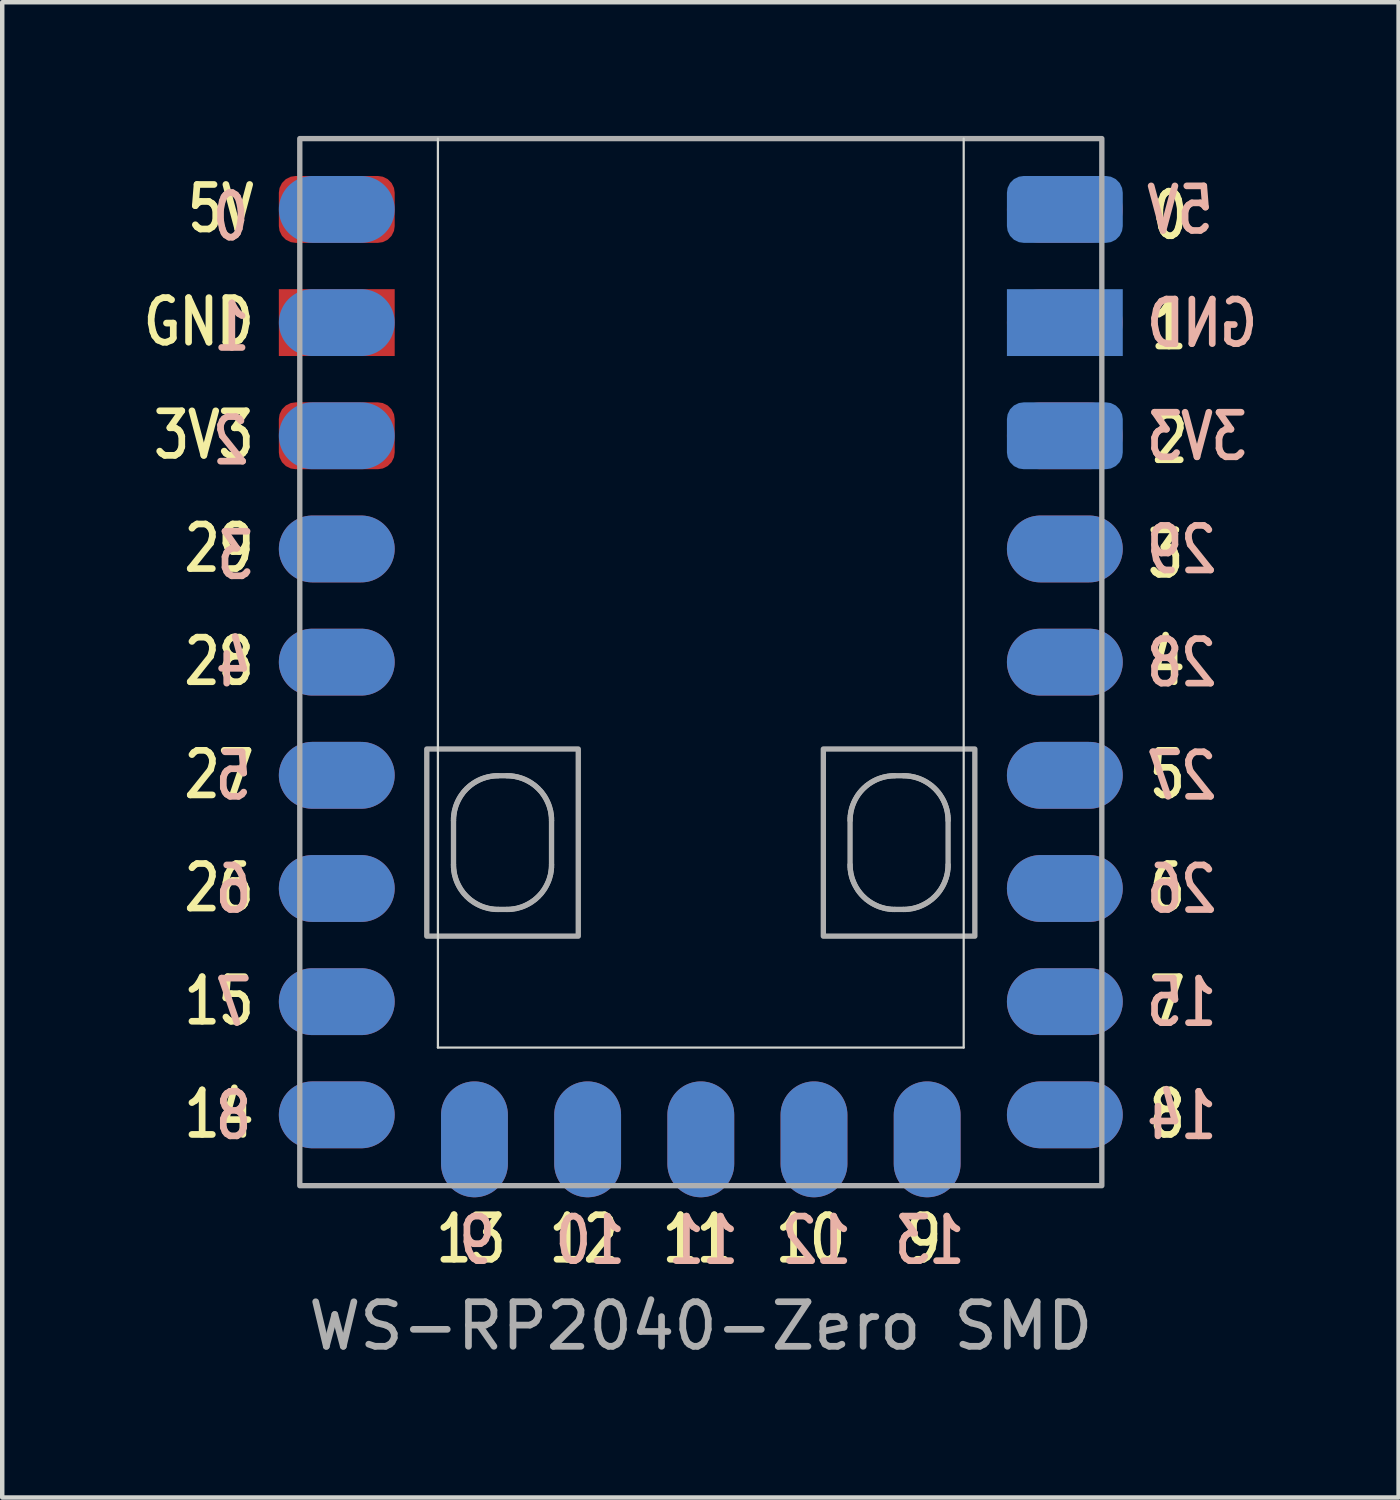
<source format=kicad_pcb>
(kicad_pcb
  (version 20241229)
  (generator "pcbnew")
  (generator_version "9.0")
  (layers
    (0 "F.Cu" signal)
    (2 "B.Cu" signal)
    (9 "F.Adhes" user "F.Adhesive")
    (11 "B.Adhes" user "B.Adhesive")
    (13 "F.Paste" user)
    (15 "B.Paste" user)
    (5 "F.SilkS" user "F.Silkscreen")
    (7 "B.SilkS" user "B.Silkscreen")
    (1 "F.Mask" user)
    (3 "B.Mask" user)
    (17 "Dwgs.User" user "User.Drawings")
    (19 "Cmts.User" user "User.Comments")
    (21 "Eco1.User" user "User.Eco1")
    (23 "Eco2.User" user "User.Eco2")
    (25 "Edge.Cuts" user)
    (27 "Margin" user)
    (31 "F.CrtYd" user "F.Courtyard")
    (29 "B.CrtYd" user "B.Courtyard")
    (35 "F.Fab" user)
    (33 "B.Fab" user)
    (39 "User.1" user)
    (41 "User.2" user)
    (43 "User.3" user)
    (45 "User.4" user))
  (footprint "WS-RP2040-Zero SMD"
    (layer "F.Cu")
    (at 12.678 11.81)
    (property "Reference" "WS-RP2040-Zero SMD" (at 0 14.9 180) (layer "F.Fab") (effects (font (size 1 1) (thickness 0.15))))
    (attr through_hole exclude_from_pos_files)
    (fp_line (start -5.9 -11.75) (end -5.9 8.65) (stroke (width 0.05) (type default)) (layer "Edge.Cuts"))
    (fp_line (start -5.9 8.65) (end 5.9 8.65) (stroke (width 0.05) (type default)) (layer "Edge.Cuts"))
    (fp_line (start 5.9 8.65) (end 5.9 -11.75) (stroke (width 0.05) (type default)) (layer "Edge.Cuts"))
    (fp_line (start -5.55 4.55) (end -5.55 3.55) (stroke (width 0.12) (type solid)) (layer "F.Fab"))
    (fp_line (start -5.55 3.55) (end -5.549 3.499) (stroke (width 0.12) (type solid)) (layer "F.Fab"))
    (fp_line (start -5.549 3.499) (end -5.545 3.448) (stroke (width 0.12) (type solid)) (layer "F.Fab"))
    (fp_line (start -5.549 4.601) (end -5.55 4.55) (stroke (width 0.12) (type solid)) (layer "F.Fab"))
    (fp_line (start -5.545 3.448) (end -5.538 3.398) (stroke (width 0.12) (type solid)) (layer "F.Fab"))
    (fp_line (start -5.545 4.652) (end -5.549 4.601) (stroke (width 0.12) (type solid)) (layer "F.Fab"))
    (fp_line (start -5.538 3.398) (end -5.53 3.349) (stroke (width 0.12) (type solid)) (layer "F.Fab"))
    (fp_line (start -5.538 4.702) (end -5.545 4.652) (stroke (width 0.12) (type solid)) (layer "F.Fab"))
    (fp_line (start -5.53 3.349) (end -5.518 3.3) (stroke (width 0.12) (type solid)) (layer "F.Fab"))
    (fp_line (start -5.53 4.751) (end -5.538 4.702) (stroke (width 0.12) (type solid)) (layer "F.Fab"))
    (fp_line (start -5.518 3.3) (end -5.505 3.253) (stroke (width 0.12) (type solid)) (layer "F.Fab"))
    (fp_line (start -5.518 4.8) (end -5.53 4.751) (stroke (width 0.12) (type solid)) (layer "F.Fab"))
    (fp_line (start -5.505 3.253) (end -5.489 3.206) (stroke (width 0.12) (type solid)) (layer "F.Fab"))
    (fp_line (start -5.505 4.847) (end -5.518 4.8) (stroke (width 0.12) (type solid)) (layer "F.Fab"))
    (fp_line (start -5.489 3.206) (end -5.471 3.161) (stroke (width 0.12) (type solid)) (layer "F.Fab"))
    (fp_line (start -5.489 4.894) (end -5.505 4.847) (stroke (width 0.12) (type solid)) (layer "F.Fab"))
    (fp_line (start -5.471 3.161) (end -5.451 3.117) (stroke (width 0.12) (type solid)) (layer "F.Fab"))
    (fp_line (start -5.471 4.939) (end -5.489 4.894) (stroke (width 0.12) (type solid)) (layer "F.Fab"))
    (fp_line (start -5.451 3.117) (end -5.429 3.074) (stroke (width 0.12) (type solid)) (layer "F.Fab"))
    (fp_line (start -5.451 4.983) (end -5.471 4.939) (stroke (width 0.12) (type solid)) (layer "F.Fab"))
    (fp_line (start -5.429 3.074) (end -5.405 3.032) (stroke (width 0.12) (type solid)) (layer "F.Fab"))
    (fp_line (start -5.429 5.026) (end -5.451 4.983) (stroke (width 0.12) (type solid)) (layer "F.Fab"))
    (fp_line (start -5.405 3.032) (end -5.379 2.991) (stroke (width 0.12) (type solid)) (layer "F.Fab"))
    (fp_line (start -5.405 5.068) (end -5.429 5.026) (stroke (width 0.12) (type solid)) (layer "F.Fab"))
    (fp_line (start -5.379 2.991) (end -5.351 2.952) (stroke (width 0.12) (type solid)) (layer "F.Fab"))
    (fp_line (start -5.379 5.109) (end -5.405 5.068) (stroke (width 0.12) (type solid)) (layer "F.Fab"))
    (fp_line (start -5.351 2.952) (end -5.322 2.914) (stroke (width 0.12) (type solid)) (layer "F.Fab"))
    (fp_line (start -5.351 5.148) (end -5.379 5.109) (stroke (width 0.12) (type solid)) (layer "F.Fab"))
    (fp_line (start -5.322 2.914) (end -5.29 2.878) (stroke (width 0.12) (type solid)) (layer "F.Fab"))
    (fp_line (start -5.322 5.186) (end -5.351 5.148) (stroke (width 0.12) (type solid)) (layer "F.Fab"))
    (fp_line (start -5.29 2.878) (end -5.257 2.843) (stroke (width 0.12) (type solid)) (layer "F.Fab"))
    (fp_line (start -5.29 5.222) (end -5.322 5.186) (stroke (width 0.12) (type solid)) (layer "F.Fab"))
    (fp_line (start -5.257 2.843) (end -5.222 2.81) (stroke (width 0.12) (type solid)) (layer "F.Fab"))
    (fp_line (start -5.257 5.257) (end -5.29 5.222) (stroke (width 0.12) (type solid)) (layer "F.Fab"))
    (fp_line (start -5.222 2.81) (end -5.186 2.778) (stroke (width 0.12) (type solid)) (layer "F.Fab"))
    (fp_line (start -5.222 5.29) (end -5.257 5.257) (stroke (width 0.12) (type solid)) (layer "F.Fab"))
    (fp_line (start -5.186 2.778) (end -5.148 2.749) (stroke (width 0.12) (type solid)) (layer "F.Fab"))
    (fp_line (start -5.186 5.322) (end -5.222 5.29) (stroke (width 0.12) (type solid)) (layer "F.Fab"))
    (fp_line (start -5.148 2.749) (end -5.109 2.721) (stroke (width 0.12) (type solid)) (layer "F.Fab"))
    (fp_line (start -5.148 5.351) (end -5.186 5.322) (stroke (width 0.12) (type solid)) (layer "F.Fab"))
    (fp_line (start -5.109 2.721) (end -5.068 2.695) (stroke (width 0.12) (type solid)) (layer "F.Fab"))
    (fp_line (start -5.109 5.379) (end -5.148 5.351) (stroke (width 0.12) (type solid)) (layer "F.Fab"))
    (fp_line (start -5.068 2.695) (end -5.026 2.671) (stroke (width 0.12) (type solid)) (layer "F.Fab"))
    (fp_line (start -5.068 5.405) (end -5.109 5.379) (stroke (width 0.12) (type solid)) (layer "F.Fab"))
    (fp_line (start -5.026 2.671) (end -4.983 2.649) (stroke (width 0.12) (type solid)) (layer "F.Fab"))
    (fp_line (start -5.026 5.429) (end -5.068 5.405) (stroke (width 0.12) (type solid)) (layer "F.Fab"))
    (fp_line (start -4.983 2.649) (end -4.939 2.629) (stroke (width 0.12) (type solid)) (layer "F.Fab"))
    (fp_line (start -4.983 5.451) (end -5.026 5.429) (stroke (width 0.12) (type solid)) (layer "F.Fab"))
    (fp_line (start -4.939 2.629) (end -4.894 2.611) (stroke (width 0.12) (type solid)) (layer "F.Fab"))
    (fp_line (start -4.939 5.471) (end -4.983 5.451) (stroke (width 0.12) (type solid)) (layer "F.Fab"))
    (fp_line (start -4.894 2.611) (end -4.847 2.595) (stroke (width 0.12) (type solid)) (layer "F.Fab"))
    (fp_line (start -4.894 5.489) (end -4.939 5.471) (stroke (width 0.12) (type solid)) (layer "F.Fab"))
    (fp_line (start -4.847 2.595) (end -4.8 2.582) (stroke (width 0.12) (type solid)) (layer "F.Fab"))
    (fp_line (start -4.847 5.505) (end -4.894 5.489) (stroke (width 0.12) (type solid)) (layer "F.Fab"))
    (fp_line (start -4.8 2.582) (end -4.751 2.57) (stroke (width 0.12) (type solid)) (layer "F.Fab"))
    (fp_line (start -4.8 5.518) (end -4.847 5.505) (stroke (width 0.12) (type solid)) (layer "F.Fab"))
    (fp_line (start -4.751 2.57) (end -4.702 2.562) (stroke (width 0.12) (type solid)) (layer "F.Fab"))
    (fp_line (start -4.751 5.53) (end -4.8 5.518) (stroke (width 0.12) (type solid)) (layer "F.Fab"))
    (fp_line (start -4.702 2.562) (end -4.652 2.555) (stroke (width 0.12) (type solid)) (layer "F.Fab"))
    (fp_line (start -4.702 5.538) (end -4.751 5.53) (stroke (width 0.12) (type solid)) (layer "F.Fab"))
    (fp_line (start -4.652 2.555) (end -4.601 2.551) (stroke (width 0.12) (type solid)) (layer "F.Fab"))
    (fp_line (start -4.652 5.545) (end -4.702 5.538) (stroke (width 0.12) (type solid)) (layer "F.Fab"))
    (fp_line (start -4.601 2.551) (end -4.55 2.55) (stroke (width 0.12) (type solid)) (layer "F.Fab"))
    (fp_line (start -4.601 5.549) (end -4.652 5.545) (stroke (width 0.12) (type solid)) (layer "F.Fab"))
    (fp_line (start -4.55 2.55) (end -4.35 2.55) (stroke (width 0.12) (type solid)) (layer "F.Fab"))
    (fp_line (start -4.55 5.55) (end -4.601 5.549) (stroke (width 0.12) (type solid)) (layer "F.Fab"))
    (fp_line (start -4.35 2.55) (end -4.299 2.551) (stroke (width 0.12) (type solid)) (layer "F.Fab"))
    (fp_line (start -4.35 5.55) (end -4.55 5.55) (stroke (width 0.12) (type solid)) (layer "F.Fab"))
    (fp_line (start -4.299 2.551) (end -4.248 2.555) (stroke (width 0.12) (type solid)) (layer "F.Fab"))
    (fp_line (start -4.299 5.549) (end -4.35 5.55) (stroke (width 0.12) (type solid)) (layer "F.Fab"))
    (fp_line (start -4.248 2.555) (end -4.198 2.562) (stroke (width 0.12) (type solid)) (layer "F.Fab"))
    (fp_line (start -4.248 5.545) (end -4.299 5.549) (stroke (width 0.12) (type solid)) (layer "F.Fab"))
    (fp_line (start -4.198 2.562) (end -4.149 2.57) (stroke (width 0.12) (type solid)) (layer "F.Fab"))
    (fp_line (start -4.198 5.538) (end -4.248 5.545) (stroke (width 0.12) (type solid)) (layer "F.Fab"))
    (fp_line (start -4.149 2.57) (end -4.1 2.582) (stroke (width 0.12) (type solid)) (layer "F.Fab"))
    (fp_line (start -4.149 5.53) (end -4.198 5.538) (stroke (width 0.12) (type solid)) (layer "F.Fab"))
    (fp_line (start -4.1 5.518) (end -4.149 5.53) (stroke (width 0.12) (type solid)) (layer "F.Fab"))
    (fp_line (start -4.1 2.582) (end -4.053 2.595) (stroke (width 0.12) (type solid)) (layer "F.Fab"))
    (fp_line (start -4.053 2.595) (end -4.006 2.611) (stroke (width 0.12) (type solid)) (layer "F.Fab"))
    (fp_line (start -4.053 5.505) (end -4.1 5.518) (stroke (width 0.12) (type solid)) (layer "F.Fab"))
    (fp_line (start -4.006 2.611) (end -3.961 2.629) (stroke (width 0.12) (type solid)) (layer "F.Fab"))
    (fp_line (start -4.006 5.489) (end -4.053 5.505) (stroke (width 0.12) (type solid)) (layer "F.Fab"))
    (fp_line (start -3.961 2.629) (end -3.917 2.649) (stroke (width 0.12) (type solid)) (layer "F.Fab"))
    (fp_line (start -3.961 5.471) (end -4.006 5.489) (stroke (width 0.12) (type solid)) (layer "F.Fab"))
    (fp_line (start -3.917 2.649) (end -3.874 2.671) (stroke (width 0.12) (type solid)) (layer "F.Fab"))
    (fp_line (start -3.917 5.451) (end -3.961 5.471) (stroke (width 0.12) (type solid)) (layer "F.Fab"))
    (fp_line (start -3.874 2.671) (end -3.832 2.695) (stroke (width 0.12) (type solid)) (layer "F.Fab"))
    (fp_line (start -3.874 5.429) (end -3.917 5.451) (stroke (width 0.12) (type solid)) (layer "F.Fab"))
    (fp_line (start -3.832 5.405) (end -3.874 5.429) (stroke (width 0.12) (type solid)) (layer "F.Fab"))
    (fp_line (start -3.832 2.695) (end -3.791 2.721) (stroke (width 0.12) (type solid)) (layer "F.Fab"))
    (fp_line (start -3.791 2.721) (end -3.752 2.749) (stroke (width 0.12) (type solid)) (layer "F.Fab"))
    (fp_line (start -3.791 5.379) (end -3.832 5.405) (stroke (width 0.12) (type solid)) (layer "F.Fab"))
    (fp_line (start -3.752 2.749) (end -3.714 2.778) (stroke (width 0.12) (type solid)) (layer "F.Fab"))
    (fp_line (start -3.752 5.351) (end -3.791 5.379) (stroke (width 0.12) (type solid)) (layer "F.Fab"))
    (fp_line (start -3.714 2.778) (end -3.678 2.81) (stroke (width 0.12) (type solid)) (layer "F.Fab"))
    (fp_line (start -3.714 5.322) (end -3.752 5.351) (stroke (width 0.12) (type solid)) (layer "F.Fab"))
    (fp_line (start -3.678 2.81) (end -3.643 2.843) (stroke (width 0.12) (type solid)) (layer "F.Fab"))
    (fp_line (start -3.678 5.29) (end -3.714 5.322) (stroke (width 0.12) (type solid)) (layer "F.Fab"))
    (fp_line (start -3.643 2.843) (end -3.61 2.878) (stroke (width 0.12) (type solid)) (layer "F.Fab"))
    (fp_line (start -3.643 5.257) (end -3.678 5.29) (stroke (width 0.12) (type solid)) (layer "F.Fab"))
    (fp_line (start -3.61 2.878) (end -3.578 2.914) (stroke (width 0.12) (type solid)) (layer "F.Fab"))
    (fp_line (start -3.61 5.222) (end -3.643 5.257) (stroke (width 0.12) (type solid)) (layer "F.Fab"))
    (fp_line (start -3.578 2.914) (end -3.549 2.952) (stroke (width 0.12) (type solid)) (layer "F.Fab"))
    (fp_line (start -3.578 5.186) (end -3.61 5.222) (stroke (width 0.12) (type solid)) (layer "F.Fab"))
    (fp_line (start -3.549 2.952) (end -3.521 2.991) (stroke (width 0.12) (type solid)) (layer "F.Fab"))
    (fp_line (start -3.549 5.148) (end -3.578 5.186) (stroke (width 0.12) (type solid)) (layer "F.Fab"))
    (fp_line (start -3.521 2.991) (end -3.495 3.032) (stroke (width 0.12) (type solid)) (layer "F.Fab"))
    (fp_line (start -3.521 5.109) (end -3.549 5.148) (stroke (width 0.12) (type solid)) (layer "F.Fab"))
    (fp_line (start -3.495 3.032) (end -3.471 3.074) (stroke (width 0.12) (type solid)) (layer "F.Fab"))
    (fp_line (start -3.495 5.068) (end -3.521 5.109) (stroke (width 0.12) (type solid)) (layer "F.Fab"))
    (fp_line (start -3.471 3.074) (end -3.449 3.117) (stroke (width 0.12) (type solid)) (layer "F.Fab"))
    (fp_line (start -3.471 5.026) (end -3.495 5.068) (stroke (width 0.12) (type solid)) (layer "F.Fab"))
    (fp_line (start -3.449 3.117) (end -3.429 3.161) (stroke (width 0.12) (type solid)) (layer "F.Fab"))
    (fp_line (start -3.449 4.983) (end -3.471 5.026) (stroke (width 0.12) (type solid)) (layer "F.Fab"))
    (fp_line (start -3.429 4.939) (end -3.449 4.983) (stroke (width 0.12) (type solid)) (layer "F.Fab"))
    (fp_line (start -3.429 3.161) (end -3.411 3.206) (stroke (width 0.12) (type solid)) (layer "F.Fab"))
    (fp_line (start -3.411 4.894) (end -3.429 4.939) (stroke (width 0.12) (type solid)) (layer "F.Fab"))
    (fp_line (start -3.411 3.206) (end -3.395 3.253) (stroke (width 0.12) (type solid)) (layer "F.Fab"))
    (fp_line (start -3.395 3.253) (end -3.382 3.3) (stroke (width 0.12) (type solid)) (layer "F.Fab"))
    (fp_line (start -3.395 4.847) (end -3.411 4.894) (stroke (width 0.12) (type solid)) (layer "F.Fab"))
    (fp_line (start -3.382 4.8) (end -3.395 4.847) (stroke (width 0.12) (type solid)) (layer "F.Fab"))
    (fp_line (start -3.382 3.3) (end -3.37 3.349) (stroke (width 0.12) (type solid)) (layer "F.Fab"))
    (fp_line (start -3.37 3.349) (end -3.362 3.398) (stroke (width 0.12) (type solid)) (layer "F.Fab"))
    (fp_line (start -3.37 4.751) (end -3.382 4.8) (stroke (width 0.12) (type solid)) (layer "F.Fab"))
    (fp_line (start -3.362 3.398) (end -3.355 3.448) (stroke (width 0.12) (type solid)) (layer "F.Fab"))
    (fp_line (start -3.362 4.702) (end -3.37 4.751) (stroke (width 0.12) (type solid)) (layer "F.Fab"))
    (fp_line (start -3.355 3.448) (end -3.351 3.499) (stroke (width 0.12) (type solid)) (layer "F.Fab"))
    (fp_line (start -3.355 4.652) (end -3.362 4.702) (stroke (width 0.12) (type solid)) (layer "F.Fab"))
    (fp_line (start -3.351 3.499) (end -3.35 3.55) (stroke (width 0.12) (type solid)) (layer "F.Fab"))
    (fp_line (start -3.351 4.601) (end -3.355 4.652) (stroke (width 0.12) (type solid)) (layer "F.Fab"))
    (fp_line (start -3.35 3.55) (end -3.35 4.55) (stroke (width 0.12) (type solid)) (layer "F.Fab"))
    (fp_line (start -3.35 4.55) (end -3.351 4.601) (stroke (width 0.12) (type solid)) (layer "F.Fab"))
    (fp_line (start 3.35 3.55) (end 3.351 3.499) (stroke (width 0.12) (type solid)) (layer "F.Fab"))
    (fp_line (start 3.35 4.55) (end 3.35 3.55) (stroke (width 0.12) (type solid)) (layer "F.Fab"))
    (fp_line (start 3.351 3.499) (end 3.355 3.448) (stroke (width 0.12) (type solid)) (layer "F.Fab"))
    (fp_line (start 3.351 4.601) (end 3.35 4.55) (stroke (width 0.12) (type solid)) (layer "F.Fab"))
    (fp_line (start 3.355 3.448) (end 3.362 3.398) (stroke (width 0.12) (type solid)) (layer "F.Fab"))
    (fp_line (start 3.355 4.652) (end 3.351 4.601) (stroke (width 0.12) (type solid)) (layer "F.Fab"))
    (fp_line (start 3.362 3.398) (end 3.37 3.349) (stroke (width 0.12) (type solid)) (layer "F.Fab"))
    (fp_line (start 3.362 4.702) (end 3.355 4.652) (stroke (width 0.12) (type solid)) (layer "F.Fab"))
    (fp_line (start 3.37 3.349) (end 3.382 3.3) (stroke (width 0.12) (type solid)) (layer "F.Fab"))
    (fp_line (start 3.37 4.751) (end 3.362 4.702) (stroke (width 0.12) (type solid)) (layer "F.Fab"))
    (fp_line (start 3.382 3.3) (end 3.395 3.253) (stroke (width 0.12) (type solid)) (layer "F.Fab"))
    (fp_line (start 3.382 4.8) (end 3.37 4.751) (stroke (width 0.12) (type solid)) (layer "F.Fab"))
    (fp_line (start 3.395 3.253) (end 3.411 3.206) (stroke (width 0.12) (type solid)) (layer "F.Fab"))
    (fp_line (start 3.395 4.847) (end 3.382 4.8) (stroke (width 0.12) (type solid)) (layer "F.Fab"))
    (fp_line (start 3.411 3.206) (end 3.429 3.161) (stroke (width 0.12) (type solid)) (layer "F.Fab"))
    (fp_line (start 3.411 4.894) (end 3.395 4.847) (stroke (width 0.12) (type solid)) (layer "F.Fab"))
    (fp_line (start 3.429 3.161) (end 3.449 3.117) (stroke (width 0.12) (type solid)) (layer "F.Fab"))
    (fp_line (start 3.429 4.939) (end 3.411 4.894) (stroke (width 0.12) (type solid)) (layer "F.Fab"))
    (fp_line (start 3.449 3.117) (end 3.471 3.074) (stroke (width 0.12) (type solid)) (layer "F.Fab"))
    (fp_line (start 3.449 4.983) (end 3.429 4.939) (stroke (width 0.12) (type solid)) (layer "F.Fab"))
    (fp_line (start 3.471 3.074) (end 3.495 3.032) (stroke (width 0.12) (type solid)) (layer "F.Fab"))
    (fp_line (start 3.471 5.026) (end 3.449 4.983) (stroke (width 0.12) (type solid)) (layer "F.Fab"))
    (fp_line (start 3.495 3.032) (end 3.521 2.991) (stroke (width 0.12) (type solid)) (layer "F.Fab"))
    (fp_line (start 3.495 5.068) (end 3.471 5.026) (stroke (width 0.12) (type solid)) (layer "F.Fab"))
    (fp_line (start 3.521 2.991) (end 3.549 2.952) (stroke (width 0.12) (type solid)) (layer "F.Fab"))
    (fp_line (start 3.521 5.109) (end 3.495 5.068) (stroke (width 0.12) (type solid)) (layer "F.Fab"))
    (fp_line (start 3.549 2.952) (end 3.578 2.914) (stroke (width 0.12) (type solid)) (layer "F.Fab"))
    (fp_line (start 3.549 5.148) (end 3.521 5.109) (stroke (width 0.12) (type solid)) (layer "F.Fab"))
    (fp_line (start 3.578 2.914) (end 3.61 2.878) (stroke (width 0.12) (type solid)) (layer "F.Fab"))
    (fp_line (start 3.578 5.186) (end 3.549 5.148) (stroke (width 0.12) (type solid)) (layer "F.Fab"))
    (fp_line (start 3.61 2.878) (end 3.643 2.843) (stroke (width 0.12) (type solid)) (layer "F.Fab"))
    (fp_line (start 3.61 5.222) (end 3.578 5.186) (stroke (width 0.12) (type solid)) (layer "F.Fab"))
    (fp_line (start 3.643 5.257) (end 3.61 5.222) (stroke (width 0.12) (type solid)) (layer "F.Fab"))
    (fp_line (start 3.643 2.843) (end 3.678 2.81) (stroke (width 0.12) (type solid)) (layer "F.Fab"))
    (fp_line (start 3.678 2.81) (end 3.714 2.778) (stroke (width 0.12) (type solid)) (layer "F.Fab"))
    (fp_line (start 3.678 5.29) (end 3.643 5.257) (stroke (width 0.12) (type solid)) (layer "F.Fab"))
    (fp_line (start 3.714 2.778) (end 3.752 2.749) (stroke (width 0.12) (type solid)) (layer "F.Fab"))
    (fp_line (start 3.714 5.322) (end 3.678 5.29) (stroke (width 0.12) (type solid)) (layer "F.Fab"))
    (fp_line (start 3.752 2.749) (end 3.791 2.721) (stroke (width 0.12) (type solid)) (layer "F.Fab"))
    (fp_line (start 3.752 5.351) (end 3.714 5.322) (stroke (width 0.12) (type solid)) (layer "F.Fab"))
    (fp_line (start 3.791 2.721) (end 3.832 2.695) (stroke (width 0.12) (type solid)) (layer "F.Fab"))
    (fp_line (start 3.791 5.379) (end 3.752 5.351) (stroke (width 0.12) (type solid)) (layer "F.Fab"))
    (fp_line (start 3.832 2.695) (end 3.874 2.671) (stroke (width 0.12) (type solid)) (layer "F.Fab"))
    (fp_line (start 3.832 5.405) (end 3.791 5.379) (stroke (width 0.12) (type solid)) (layer "F.Fab"))
    (fp_line (start 3.874 5.429) (end 3.832 5.405) (stroke (width 0.12) (type solid)) (layer "F.Fab"))
    (fp_line (start 3.874 2.671) (end 3.917 2.649) (stroke (width 0.12) (type solid)) (layer "F.Fab"))
    (fp_line (start 3.917 2.649) (end 3.961 2.629) (stroke (width 0.12) (type solid)) (layer "F.Fab"))
    (fp_line (start 3.917 5.451) (end 3.874 5.429) (stroke (width 0.12) (type solid)) (layer "F.Fab"))
    (fp_line (start 3.961 2.629) (end 4.006 2.611) (stroke (width 0.12) (type solid)) (layer "F.Fab"))
    (fp_line (start 3.961 5.471) (end 3.917 5.451) (stroke (width 0.12) (type solid)) (layer "F.Fab"))
    (fp_line (start 4.006 2.611) (end 4.053 2.595) (stroke (width 0.12) (type solid)) (layer "F.Fab"))
    (fp_line (start 4.006 5.489) (end 3.961 5.471) (stroke (width 0.12) (type solid)) (layer "F.Fab"))
    (fp_line (start 4.053 2.595) (end 4.1 2.582) (stroke (width 0.12) (type solid)) (layer "F.Fab"))
    (fp_line (start 4.053 5.505) (end 4.006 5.489) (stroke (width 0.12) (type solid)) (layer "F.Fab"))
    (fp_line (start 4.1 2.582) (end 4.149 2.57) (stroke (width 0.12) (type solid)) (layer "F.Fab"))
    (fp_line (start 4.1 5.518) (end 4.053 5.505) (stroke (width 0.12) (type solid)) (layer "F.Fab"))
    (fp_line (start 4.149 2.57) (end 4.198 2.562) (stroke (width 0.12) (type solid)) (layer "F.Fab"))
    (fp_line (start 4.149 5.53) (end 4.1 5.518) (stroke (width 0.12) (type solid)) (layer "F.Fab"))
    (fp_line (start 4.198 5.538) (end 4.149 5.53) (stroke (width 0.12) (type solid)) (layer "F.Fab"))
    (fp_line (start 4.198 2.562) (end 4.248 2.555) (stroke (width 0.12) (type solid)) (layer "F.Fab"))
    (fp_line (start 4.248 2.555) (end 4.299 2.551) (stroke (width 0.12) (type solid)) (layer "F.Fab"))
    (fp_line (start 4.248 5.545) (end 4.198 5.538) (stroke (width 0.12) (type solid)) (layer "F.Fab"))
    (fp_line (start 4.299 2.551) (end 4.35 2.55) (stroke (width 0.12) (type solid)) (layer "F.Fab"))
    (fp_line (start 4.299 5.549) (end 4.248 5.545) (stroke (width 0.12) (type solid)) (layer "F.Fab"))
    (fp_line (start 4.35 2.55) (end 4.55 2.55) (stroke (width 0.12) (type solid)) (layer "F.Fab"))
    (fp_line (start 4.35 5.55) (end 4.299 5.549) (stroke (width 0.12) (type solid)) (layer "F.Fab"))
    (fp_line (start 4.55 2.55) (end 4.601 2.551) (stroke (width 0.12) (type solid)) (layer "F.Fab"))
    (fp_line (start 4.55 5.55) (end 4.35 5.55) (stroke (width 0.12) (type solid)) (layer "F.Fab"))
    (fp_line (start 4.601 2.551) (end 4.652 2.555) (stroke (width 0.12) (type solid)) (layer "F.Fab"))
    (fp_line (start 4.601 5.549) (end 4.55 5.55) (stroke (width 0.12) (type solid)) (layer "F.Fab"))
    (fp_line (start 4.652 2.555) (end 4.702 2.562) (stroke (width 0.12) (type solid)) (layer "F.Fab"))
    (fp_line (start 4.652 5.545) (end 4.601 5.549) (stroke (width 0.12) (type solid)) (layer "F.Fab"))
    (fp_line (start 4.702 2.562) (end 4.751 2.57) (stroke (width 0.12) (type solid)) (layer "F.Fab"))
    (fp_line (start 4.702 5.538) (end 4.652 5.545) (stroke (width 0.12) (type solid)) (layer "F.Fab"))
    (fp_line (start 4.751 2.57) (end 4.8 2.582) (stroke (width 0.12) (type solid)) (layer "F.Fab"))
    (fp_line (start 4.751 5.53) (end 4.702 5.538) (stroke (width 0.12) (type solid)) (layer "F.Fab"))
    (fp_line (start 4.8 2.582) (end 4.847 2.595) (stroke (width 0.12) (type solid)) (layer "F.Fab"))
    (fp_line (start 4.8 5.518) (end 4.751 5.53) (stroke (width 0.12) (type solid)) (layer "F.Fab"))
    (fp_line (start 4.847 5.505) (end 4.8 5.518) (stroke (width 0.12) (type solid)) (layer "F.Fab"))
    (fp_line (start 4.847 2.595) (end 4.894 2.611) (stroke (width 0.12) (type solid)) (layer "F.Fab"))
    (fp_line (start 4.894 2.611) (end 4.939 2.629) (stroke (width 0.12) (type solid)) (layer "F.Fab"))
    (fp_line (start 4.894 5.489) (end 4.847 5.505) (stroke (width 0.12) (type solid)) (layer "F.Fab"))
    (fp_line (start 4.939 2.629) (end 4.983 2.649) (stroke (width 0.12) (type solid)) (layer "F.Fab"))
    (fp_line (start 4.939 5.471) (end 4.894 5.489) (stroke (width 0.12) (type solid)) (layer "F.Fab"))
    (fp_line (start 4.983 2.649) (end 5.026 2.671) (stroke (width 0.12) (type solid)) (layer "F.Fab"))
    (fp_line (start 4.983 5.451) (end 4.939 5.471) (stroke (width 0.12) (type solid)) (layer "F.Fab"))
    (fp_line (start 5.026 2.671) (end 5.068 2.695) (stroke (width 0.12) (type solid)) (layer "F.Fab"))
    (fp_line (start 5.026 5.429) (end 4.983 5.451) (stroke (width 0.12) (type solid)) (layer "F.Fab"))
    (fp_line (start 5.068 2.695) (end 5.109 2.721) (stroke (width 0.12) (type solid)) (layer "F.Fab"))
    (fp_line (start 5.068 5.405) (end 5.026 5.429) (stroke (width 0.12) (type solid)) (layer "F.Fab"))
    (fp_line (start 5.109 2.721) (end 5.148 2.749) (stroke (width 0.12) (type solid)) (layer "F.Fab"))
    (fp_line (start 5.109 5.379) (end 5.068 5.405) (stroke (width 0.12) (type solid)) (layer "F.Fab"))
    (fp_line (start 5.148 2.749) (end 5.186 2.778) (stroke (width 0.12) (type solid)) (layer "F.Fab"))
    (fp_line (start 5.148 5.351) (end 5.109 5.379) (stroke (width 0.12) (type solid)) (layer "F.Fab"))
    (fp_line (start 5.186 2.778) (end 5.222 2.81) (stroke (width 0.12) (type solid)) (layer "F.Fab"))
    (fp_line (start 5.186 5.322) (end 5.148 5.351) (stroke (width 0.12) (type solid)) (layer "F.Fab"))
    (fp_line (start 5.222 2.81) (end 5.257 2.843) (stroke (width 0.12) (type solid)) (layer "F.Fab"))
    (fp_line (start 5.222 5.29) (end 5.186 5.322) (stroke (width 0.12) (type solid)) (layer "F.Fab"))
    (fp_line (start 5.257 2.843) (end 5.29 2.878) (stroke (width 0.12) (type solid)) (layer "F.Fab"))
    (fp_line (start 5.257 5.257) (end 5.222 5.29) (stroke (width 0.12) (type solid)) (layer "F.Fab"))
    (fp_line (start 5.29 2.878) (end 5.322 2.914) (stroke (width 0.12) (type solid)) (layer "F.Fab"))
    (fp_line (start 5.29 5.222) (end 5.257 5.257) (stroke (width 0.12) (type solid)) (layer "F.Fab"))
    (fp_line (start 5.322 2.914) (end 5.351 2.952) (stroke (width 0.12) (type solid)) (layer "F.Fab"))
    (fp_line (start 5.322 5.186) (end 5.29 5.222) (stroke (width 0.12) (type solid)) (layer "F.Fab"))
    (fp_line (start 5.351 2.952) (end 5.379 2.991) (stroke (width 0.12) (type solid)) (layer "F.Fab"))
    (fp_line (start 5.351 5.148) (end 5.322 5.186) (stroke (width 0.12) (type solid)) (layer "F.Fab"))
    (fp_line (start 5.379 2.991) (end 5.405 3.032) (stroke (width 0.12) (type solid)) (layer "F.Fab"))
    (fp_line (start 5.379 5.109) (end 5.351 5.148) (stroke (width 0.12) (type solid)) (layer "F.Fab"))
    (fp_line (start 5.405 5.068) (end 5.379 5.109) (stroke (width 0.12) (type solid)) (layer "F.Fab"))
    (fp_line (start 5.405 3.032) (end 5.429 3.074) (stroke (width 0.12) (type solid)) (layer "F.Fab"))
    (fp_line (start 5.429 3.074) (end 5.451 3.117) (stroke (width 0.12) (type solid)) (layer "F.Fab"))
    (fp_line (start 5.429 5.026) (end 5.405 5.068) (stroke (width 0.12) (type solid)) (layer "F.Fab"))
    (fp_line (start 5.451 3.117) (end 5.471 3.161) (stroke (width 0.12) (type solid)) (layer "F.Fab"))
    (fp_line (start 5.451 4.983) (end 5.429 5.026) (stroke (width 0.12) (type solid)) (layer "F.Fab"))
    (fp_line (start 5.471 3.161) (end 5.489 3.206) (stroke (width 0.12) (type solid)) (layer "F.Fab"))
    (fp_line (start 5.471 4.939) (end 5.451 4.983) (stroke (width 0.12) (type solid)) (layer "F.Fab"))
    (fp_line (start 5.489 4.894) (end 5.471 4.939) (stroke (width 0.12) (type solid)) (layer "F.Fab"))
    (fp_line (start 5.489 3.206) (end 5.505 3.253) (stroke (width 0.12) (type solid)) (layer "F.Fab"))
    (fp_line (start 5.505 3.253) (end 5.518 3.3) (stroke (width 0.12) (type solid)) (layer "F.Fab"))
    (fp_line (start 5.505 4.847) (end 5.489 4.894) (stroke (width 0.12) (type solid)) (layer "F.Fab"))
    (fp_line (start 5.518 3.3) (end 5.53 3.349) (stroke (width 0.12) (type solid)) (layer "F.Fab"))
    (fp_line (start 5.518 4.8) (end 5.505 4.847) (stroke (width 0.12) (type solid)) (layer "F.Fab"))
    (fp_line (start 5.53 3.349) (end 5.538 3.398) (stroke (width 0.12) (type solid)) (layer "F.Fab"))
    (fp_line (start 5.53 4.751) (end 5.518 4.8) (stroke (width 0.12) (type solid)) (layer "F.Fab"))
    (fp_line (start 5.538 3.398) (end 5.545 3.448) (stroke (width 0.12) (type solid)) (layer "F.Fab"))
    (fp_line (start 5.538 4.702) (end 5.53 4.751) (stroke (width 0.12) (type solid)) (layer "F.Fab"))
    (fp_line (start 5.545 3.448) (end 5.549 3.499) (stroke (width 0.12) (type solid)) (layer "F.Fab"))
    (fp_line (start 5.545 4.652) (end 5.538 4.702) (stroke (width 0.12) (type solid)) (layer "F.Fab"))
    (fp_line (start 5.549 3.499) (end 5.55 3.55) (stroke (width 0.12) (type solid)) (layer "F.Fab"))
    (fp_line (start 5.549 4.601) (end 5.545 4.652) (stroke (width 0.12) (type solid)) (layer "F.Fab"))
    (fp_line (start 5.55 3.55) (end 5.55 4.55) (stroke (width 0.12) (type solid)) (layer "F.Fab"))
    (fp_line (start 5.55 4.55) (end 5.549 4.601) (stroke (width 0.12) (type solid)) (layer "F.Fab"))
    (fp_poly (pts (xy -9 -11.75) (xy -9 11.75) (xy 9 11.75) (xy 9 -11.75)) (stroke (width 0.12) (type solid)) (fill no) (layer "F.Fab"))
    (fp_poly (pts (xy -6.15 1.95) (xy -6.15 6.15) (xy -2.75 6.15) (xy -2.75 1.95)) (stroke (width 0.12) (type default)) (fill no) (layer "F.Fab"))
    (fp_poly (pts (xy 2.75 1.95) (xy 2.75 6.15) (xy 6.15 6.15) (xy 6.15 1.95)) (stroke (width 0.12) (type default)) (fill no) (layer "F.Fab"))
    (fp_text user "5V" (at -9.95 -9.59 0) (unlocked yes) (layer "F.SilkS") (effects (font (size 1 0.8) (thickness 0.15)) (justify right bottom)))
    (fp_text user "7" (at 9.99 8.19 0) (unlocked yes) (layer "F.SilkS") (effects (font (size 1 0.8) (thickness 0.15)) (justify left bottom)))
    (fp_text user "1" (at 10.027 -6.964 0) (unlocked yes) (layer "F.SilkS") (effects (font (size 1 0.8) (thickness 0.15)) (justify left bottom)))
    (fp_text user "15" (at -9.95 8.19 0) (unlocked yes) (layer "F.SilkS") (effects (font (size 1 0.8) (thickness 0.15)) (justify right bottom)))
    (fp_text user "29" (at -9.95 -1.97 0) (unlocked yes) (layer "F.SilkS") (effects (font (size 1 0.8) (thickness 0.15)) (justify right bottom)))
    (fp_text user "2" (at 10.052 -4.412 0) (unlocked yes) (layer "F.SilkS") (effects (font (size 1 0.8) (thickness 0.15)) (justify left bottom)))
    (fp_text user "4" (at 9.99 0.57 0) (unlocked yes) (layer "F.SilkS") (effects (font (size 1 0.8) (thickness 0.15)) (justify left bottom)))
    (fp_text user "6" (at 9.99 5.65 0) (unlocked yes) (layer "F.SilkS") (effects (font (size 1 0.8) (thickness 0.15)) (justify left bottom)))
    (fp_text user "GND" (at -9.95 -7.05 0) (unlocked yes) (layer "F.SilkS") (effects (font (size 1 0.8) (thickness 0.15)) (justify right bottom)))
    (fp_text user "12" (at -3.478 13.532 0) (unlocked yes) (layer "F.SilkS") (effects (font (size 1 0.8) (thickness 0.15)) (justify left bottom)))
    (fp_text user "9" (at 4.523 13.532 0) (unlocked yes) (layer "F.SilkS") (effects (font (size 1 0.8) (thickness 0.15)) (justify left bottom)))
    (fp_text user "27" (at -9.95 3.11 0) (unlocked yes) (layer "F.SilkS") (effects (font (size 1 0.8) (thickness 0.15)) (justify right bottom)))
    (fp_text user "5" (at 9.99 3.11 0) (unlocked yes) (layer "F.SilkS") (effects (font (size 1 0.8) (thickness 0.15)) (justify left bottom)))
    (fp_text user "13" (at -6.018 13.532 0) (unlocked yes) (layer "F.SilkS") (effects (font (size 1 0.8) (thickness 0.15)) (justify left bottom)))
    (fp_text user "28" (at -9.95 0.57 0) (unlocked yes) (layer "F.SilkS") (effects (font (size 1 0.8) (thickness 0.15)) (justify right bottom)))
    (fp_text user "26" (at -9.95 5.65 0) (unlocked yes) (layer "F.SilkS") (effects (font (size 1 0.8) (thickness 0.15)) (justify right bottom)))
    (fp_text user "10" (at 1.602 13.532 0) (unlocked yes) (layer "F.SilkS") (effects (font (size 1 0.8) (thickness 0.15)) (justify left bottom)))
    (fp_text user "11" (at -0.938 13.532 0) (unlocked yes) (layer "F.SilkS") (effects (font (size 1 0.8) (thickness 0.15)) (justify left bottom)))
    (fp_text user "3V3" (at -9.95 -4.51 0) (unlocked yes) (layer "F.SilkS") (effects (font (size 1 0.8) (thickness 0.15)) (justify right bottom)))
    (fp_text user "3" (at 9.952 -1.839 0) (unlocked yes) (layer "F.SilkS") (effects (font (size 1 0.8) (thickness 0.15)) (justify left bottom)))
    (fp_text user "14" (at -9.95 10.73 0) (unlocked yes) (layer "F.SilkS") (effects (font (size 1 0.8) (thickness 0.15)) (justify right bottom)))
    (fp_text user "0" (at 10.052 -9.439 0) (unlocked yes) (layer "F.SilkS") (effects (font (size 1 0.8) (thickness 0.15)) (justify left bottom)))
    (fp_text user "8" (at 9.99 10.73 0) (unlocked yes) (layer "F.SilkS") (effects (font (size 1 0.8) (thickness 0.15)) (justify left bottom)))
    (fp_text user "8" (at -10.008 10.762 0) (unlocked yes) (layer "B.SilkS") (effects (font (size 1 0.8) (thickness 0.15)) (justify left bottom mirror)))
    (fp_text user "13" (at 6 13.563 0) (unlocked yes) (layer "B.SilkS") (effects (font (size 1 0.8) (thickness 0.15)) (justify left bottom mirror)))
    (fp_text user "15" (at 9.932 8.222 0) (unlocked yes) (layer "B.SilkS") (effects (font (size 1 0.8) (thickness 0.15)) (justify right bottom mirror)))
    (fp_text user "GND" (at 9.932 -7.018 0) (unlocked yes) (layer "B.SilkS") (effects (font (size 1 0.8) (thickness 0.15)) (justify right bottom mirror)))
    (fp_text user "14" (at 9.932 10.762 0) (unlocked yes) (layer "B.SilkS") (effects (font (size 1 0.8) (thickness 0.15)) (justify right bottom mirror)))
    (fp_text user "4" (at -10.008 0.602 0) (unlocked yes) (layer "B.SilkS") (effects (font (size 1 0.8) (thickness 0.15)) (justify left bottom mirror)))
    (fp_text user "10" (at -1.62 13.563 0) (unlocked yes) (layer "B.SilkS") (effects (font (size 1 0.8) (thickness 0.15)) (justify left bottom mirror)))
    (fp_text user "1" (at -10.045 -6.932 0) (unlocked yes) (layer "B.SilkS") (effects (font (size 1 0.8) (thickness 0.15)) (justify left bottom mirror)))
    (fp_text user "7" (at -10.008 8.222 0) (unlocked yes) (layer "B.SilkS") (effects (font (size 1 0.8) (thickness 0.15)) (justify left bottom mirror)))
    (fp_text user "5" (at -10.008 3.142 0) (unlocked yes) (layer "B.SilkS") (effects (font (size 1 0.8) (thickness 0.15)) (justify left bottom mirror)))
    (fp_text user "27" (at 9.932 3.142 0) (unlocked yes) (layer "B.SilkS") (effects (font (size 1 0.8) (thickness 0.15)) (justify right bottom mirror)))
    (fp_text user "3V3" (at 9.932 -4.478 0) (unlocked yes) (layer "B.SilkS") (effects (font (size 1 0.8) (thickness 0.15)) (justify right bottom mirror)))
    (fp_text user "0" (at -10.07 -9.407 0) (unlocked yes) (layer "B.SilkS") (effects (font (size 1 0.8) (thickness 0.15)) (justify left bottom mirror)))
    (fp_text user "11" (at 0.92 13.563 0) (unlocked yes) (layer "B.SilkS") (effects (font (size 1 0.8) (thickness 0.15)) (justify left bottom mirror)))
    (fp_text user "29" (at 9.932 -1.938 0) (unlocked yes) (layer "B.SilkS") (effects (font (size 1 0.8) (thickness 0.15)) (justify right bottom mirror)))
    (fp_text user "2" (at -10.07 -4.38 0) (unlocked yes) (layer "B.SilkS") (effects (font (size 1 0.8) (thickness 0.15)) (justify left bottom mirror)))
    (fp_text user "6" (at -10.008 5.682 0) (unlocked yes) (layer "B.SilkS") (effects (font (size 1 0.8) (thickness 0.15)) (justify left bottom mirror)))
    (fp_text user "28" (at 9.932 0.602 0) (unlocked yes) (layer "B.SilkS") (effects (font (size 1 0.8) (thickness 0.15)) (justify right bottom mirror)))
    (fp_text user "26" (at 9.932 5.682 0) (unlocked yes) (layer "B.SilkS") (effects (font (size 1 0.8) (thickness 0.15)) (justify right bottom mirror)))
    (fp_text user "12" (at 3.46 13.563 0) (unlocked yes) (layer "B.SilkS") (effects (font (size 1 0.8) (thickness 0.15)) (justify left bottom mirror)))
    (fp_text user "5V" (at 9.932 -9.558 0) (unlocked yes) (layer "B.SilkS") (effects (font (size 1 0.8) (thickness 0.15)) (justify right bottom mirror)))
    (fp_text user "9" (at -4.541 13.563 0) (unlocked yes) (layer "B.SilkS") (effects (font (size 1 0.8) (thickness 0.15)) (justify left bottom mirror)))
    (fp_text user "3" (at -9.97 -1.807 0) (unlocked yes) (layer "B.SilkS") (effects (font (size 1 0.8) (thickness 0.15)) (justify left bottom mirror)))
    (pad "0" smd oval (at -7.67 -10.16 180) (size 2.6 1.5) (drill (offset 0.5 0)) (layers "B.Cu" "B.Mask" "B.Paste"))
    (pad "0" smd oval (at 7.67 -10.16 180) (size 2.6 1.5) (drill (offset -0.5 0)) (layers "F.Cu" "F.Mask" "F.Paste"))
    (pad "1" smd oval (at -7.67 -7.62 180) (size 2.6 1.5) (drill (offset 0.5 0)) (layers "B.Cu" "B.Mask" "B.Paste"))
    (pad "1" smd oval (at 7.67 -7.62 180) (size 2.6 1.5) (drill (offset -0.5 0)) (layers "F.Cu" "F.Mask" "F.Paste"))
    (pad "2" smd oval (at -7.67 -5.08 180) (size 2.6 1.5) (drill (offset 0.5 0)) (layers "B.Cu" "B.Mask" "B.Paste"))
    (pad "2" smd oval (at 7.67 -5.08 180) (size 2.6 1.5) (drill (offset -0.5 0)) (layers "F.Cu" "F.Mask" "F.Paste"))
    (pad "3" smd oval (at -7.67 -2.54 180) (size 2.6 1.5) (drill (offset 0.5 0)) (layers "B.Cu" "B.Mask" "B.Paste"))
    (pad "3" smd oval (at 7.67 -2.54 180) (size 2.6 1.5) (drill (offset -0.5 0)) (layers "F.Cu" "F.Mask" "F.Paste"))
    (pad "4" smd oval (at -7.67 0 180) (size 2.6 1.5) (drill (offset 0.5 0)) (layers "B.Cu" "B.Mask" "B.Paste"))
    (pad "4" smd oval (at 7.67 0 180) (size 2.6 1.5) (drill (offset -0.5 0)) (layers "F.Cu" "F.Mask" "F.Paste"))
    (pad "5" smd oval (at -7.67 2.54 180) (size 2.6 1.5) (drill (offset 0.5 0)) (layers "B.Cu" "B.Mask" "B.Paste"))
    (pad "5" smd oval (at 7.67 2.54 180) (size 2.6 1.5) (drill (offset -0.5 0)) (layers "F.Cu" "F.Mask" "F.Paste"))
    (pad "6" smd oval (at -7.67 5.08 180) (size 2.6 1.5) (drill (offset 0.5 0)) (layers "B.Cu" "B.Mask" "B.Paste"))
    (pad "6" smd oval (at 7.67 5.08 180) (size 2.6 1.5) (drill (offset -0.5 0)) (layers "F.Cu" "F.Mask" "F.Paste"))
    (pad "7" smd oval (at -7.67 7.62 180) (size 2.6 1.5) (drill (offset 0.5 0)) (layers "B.Cu" "B.Mask" "B.Paste"))
    (pad "7" smd oval (at 7.67 7.62 180) (size 2.6 1.5) (drill (offset -0.5 0)) (layers "F.Cu" "F.Mask" "F.Paste"))
    (pad "8" smd oval (at -7.67 10.16 180) (size 2.6 1.5) (drill (offset 0.5 0)) (layers "B.Cu" "B.Mask" "B.Paste"))
    (pad "8" smd oval (at 7.67 10.16 180) (size 2.6 1.5) (drill (offset -0.5 0)) (layers "F.Cu" "F.Mask" "F.Paste"))
    (pad "9" smd oval (at -5.08 10.21 270) (size 2.6 1.5) (drill (offset 0.5 0)) (layers "B.Cu" "B.Mask" "B.Paste"))
    (pad "9" smd oval (at 5.08 10.21 90) (size 2.6 1.5) (drill (offset -0.5 0)) (layers "F.Cu" "F.Mask" "F.Paste"))
    (pad "10" smd oval (at -2.54 10.21 270) (size 2.6 1.5) (drill (offset 0.5 0)) (layers "B.Cu" "B.Mask" "B.Paste"))
    (pad "10" smd oval (at 2.54 10.21 90) (size 2.6 1.5) (drill (offset -0.5 0)) (layers "F.Cu" "F.Mask" "F.Paste"))
    (pad "11" smd oval (at 0 10.21 90) (size 2.6 1.5) (drill (offset -0.5 0)) (layers "F.Cu" "F.Mask" "F.Paste"))
    (pad "11" smd oval (at 0 10.21 270) (size 2.6 1.5) (drill (offset 0.5 0)) (layers "B.Cu" "B.Mask" "B.Paste"))
    (pad "12" smd oval (at -2.54 10.21 90) (size 2.6 1.5) (drill (offset -0.5 0)) (layers "F.Cu" "F.Mask" "F.Paste"))
    (pad "12" smd oval (at 2.54 10.21 270) (size 2.6 1.5) (drill (offset 0.5 0)) (layers "B.Cu" "B.Mask" "B.Paste"))
    (pad "13" smd oval (at -5.08 10.21 90) (size 2.6 1.5) (drill (offset -0.5 0)) (layers "F.Cu" "F.Mask" "F.Paste"))
    (pad "13" smd oval (at 5.08 10.21 270) (size 2.6 1.5) (drill (offset 0.5 0)) (layers "B.Cu" "B.Mask" "B.Paste"))
    (pad "14" smd oval (at -7.67 10.16) (size 2.6 1.5) (drill (offset -0.5 0)) (layers "F.Cu" "F.Mask" "F.Paste"))
    (pad "14" smd oval (at 7.67 10.16) (size 2.6 1.5) (drill (offset 0.5 0)) (layers "B.Cu" "B.Mask" "B.Paste"))
    (pad "15" smd oval (at -7.67 7.62) (size 2.6 1.5) (drill (offset -0.5 0)) (layers "F.Cu" "F.Mask" "F.Paste"))
    (pad "15" smd oval (at 7.67 7.62) (size 2.6 1.5) (drill (offset 0.5 0)) (layers "B.Cu" "B.Mask" "B.Paste"))
    (pad "26" smd oval (at -7.67 5.08) (size 2.6 1.5) (drill (offset -0.5 0)) (layers "F.Cu" "F.Mask" "F.Paste"))
    (pad "26" smd oval (at 7.67 5.08) (size 2.6 1.5) (drill (offset 0.5 0)) (layers "B.Cu" "B.Mask" "B.Paste"))
    (pad "27" smd oval (at -7.67 2.54) (size 2.6 1.5) (drill (offset -0.5 0)) (layers "F.Cu" "F.Mask" "F.Paste"))
    (pad "27" smd oval (at 7.67 2.54) (size 2.6 1.5) (drill (offset 0.5 0)) (layers "B.Cu" "B.Mask" "B.Paste"))
    (pad "28" smd oval (at -7.67 0) (size 2.6 1.5) (drill (offset -0.5 0)) (layers "F.Cu" "F.Mask" "F.Paste"))
    (pad "28" smd oval (at 7.67 0) (size 2.6 1.5) (drill (offset 0.5 0)) (layers "B.Cu" "B.Mask" "B.Paste"))
    (pad "29" smd oval (at -7.67 -2.54) (size 2.6 1.5) (drill (offset -0.5 0)) (layers "F.Cu" "F.Mask" "F.Paste"))
    (pad "29" smd oval (at 7.67 -2.54) (size 2.6 1.5) (drill (offset 0.5 0)) (layers "B.Cu" "B.Mask" "B.Paste"))
    (pad "30" smd roundrect (at -7.67 -5.08) (size 2.6 1.5) (drill (offset -0.5 0)) (layers "F.Cu" "F.Mask" "F.Paste") (roundrect_rratio 0.25))
    (pad "30" smd roundrect (at 7.67 -5.08) (size 2.6 1.5) (drill (offset 0.5 0)) (layers "B.Cu" "B.Mask" "B.Paste") (roundrect_rratio 0.25))
    (pad "31" smd rect (at -7.67 -7.62) (size 2.6 1.5) (drill (offset -0.5 0)) (layers "F.Cu" "F.Mask" "F.Paste"))
    (pad "31" smd rect (at 7.67 -7.62) (size 2.6 1.5) (drill (offset 0.5 0)) (layers "B.Cu" "B.Mask" "B.Paste"))
    (pad "32" smd roundrect (at -7.67 -10.16) (size 2.6 1.5) (drill (offset -0.5 0)) (layers "F.Cu" "F.Mask" "F.Paste") (roundrect_rratio 0.25))
    (pad "32" smd roundrect (at 7.67 -10.16) (size 2.6 1.5) (drill (offset 0.5 0)) (layers "B.Cu" "B.Mask" "B.Paste") (roundrect_rratio 0.25)))
  (gr_rect
    (start -3 -3)
    (end 28.338 30.558)
    (stroke (width 0.1) (type default))
    (fill no)
    (layer "Edge.Cuts")))
</source>
